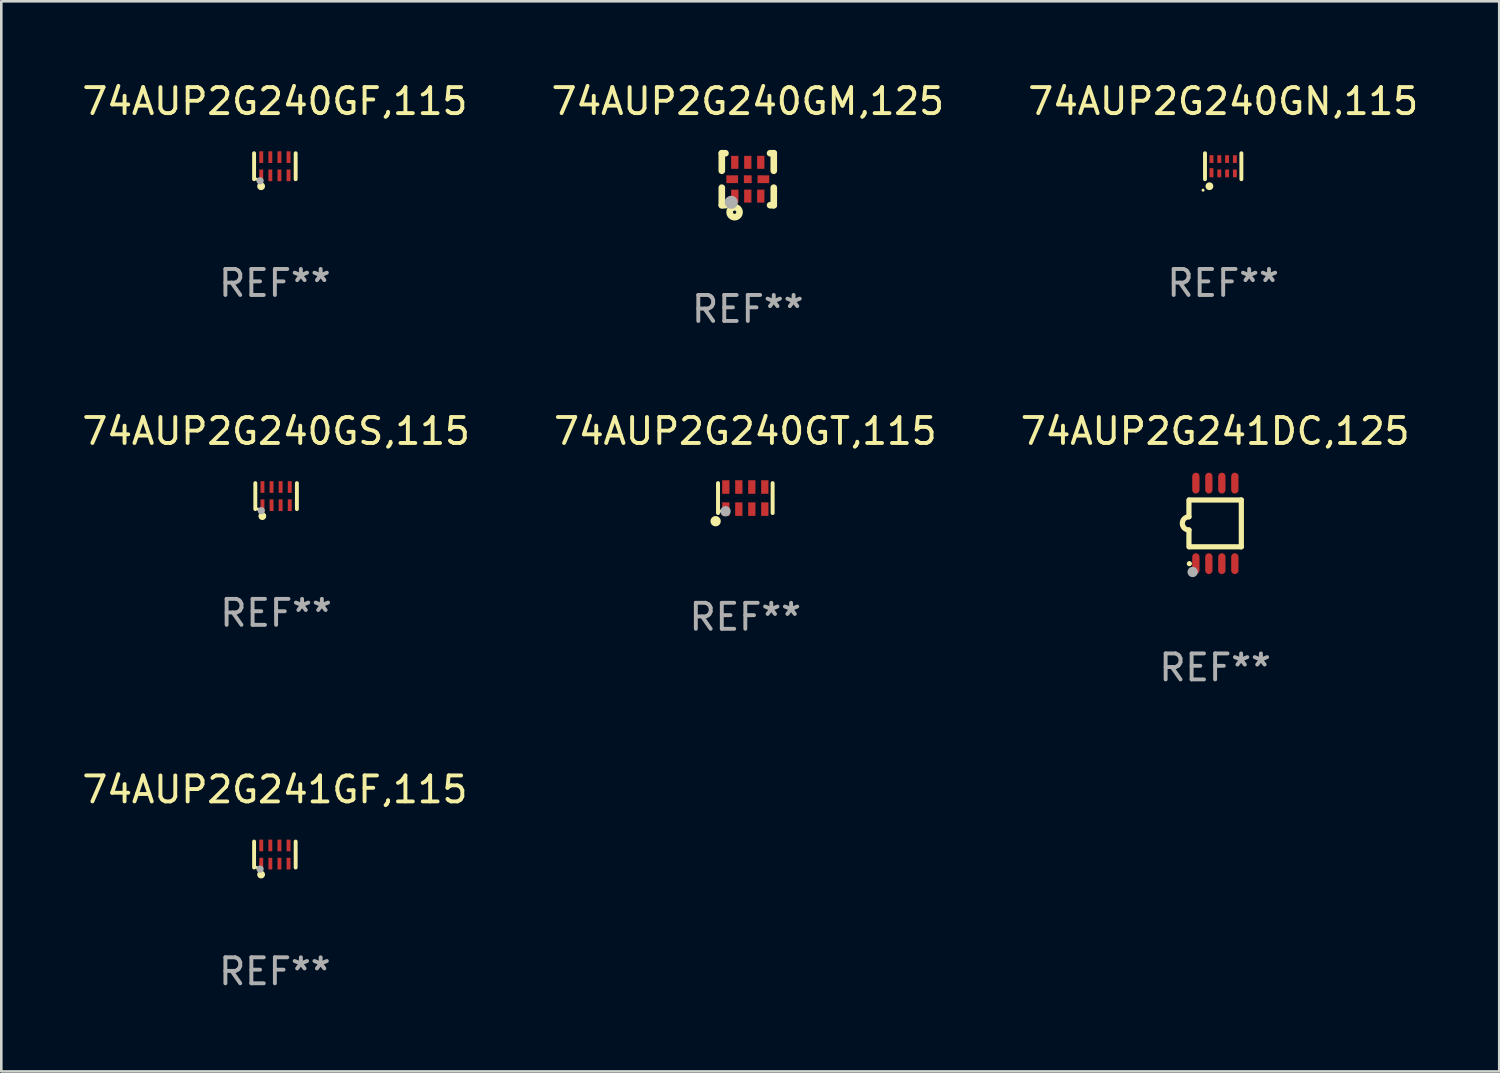
<source format=kicad_pcb>
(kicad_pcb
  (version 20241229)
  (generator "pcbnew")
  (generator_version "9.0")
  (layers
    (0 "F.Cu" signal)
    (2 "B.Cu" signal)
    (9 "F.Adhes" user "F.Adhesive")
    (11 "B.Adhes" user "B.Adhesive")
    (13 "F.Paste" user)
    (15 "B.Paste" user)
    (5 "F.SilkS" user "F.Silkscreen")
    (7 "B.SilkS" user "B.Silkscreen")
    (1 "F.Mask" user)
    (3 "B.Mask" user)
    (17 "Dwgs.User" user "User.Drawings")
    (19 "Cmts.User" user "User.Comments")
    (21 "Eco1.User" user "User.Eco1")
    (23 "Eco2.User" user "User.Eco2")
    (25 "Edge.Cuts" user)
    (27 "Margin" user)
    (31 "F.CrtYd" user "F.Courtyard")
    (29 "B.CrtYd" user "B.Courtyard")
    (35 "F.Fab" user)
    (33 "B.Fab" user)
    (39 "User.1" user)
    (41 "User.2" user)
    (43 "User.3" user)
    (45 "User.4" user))
  (footprint "74AUP2G240GS,115"
    (layer "F.Cu")
    (at 7.577 16.045)
    (property "Reference" "74AUP2G240GS,115" (at 0 -2.5 0) (layer "F.SilkS") (effects (font (size 1 1) (thickness 0.15))))
    (attr through_hole)
    (fp_line (start -0.8 -0.5) (end -0.8 0.5) (stroke (width 0.15) (type solid)) (layer "F.SilkS"))
    (fp_line (start 0.8 -0.5) (end 0.8 0.5) (stroke (width 0.15) (type solid)) (layer "F.SilkS"))
    (fp_circle (center -0.7 0.5) (end -0.67 0.5) (stroke (width 0.06) (type solid)) (fill no) (layer "F.SilkS"))
    (fp_circle (center -0.53 0.77) (end -0.454 0.77) (stroke (width 0.15) (type solid)) (fill no) (layer "F.SilkS"))
    (fp_circle (center -0.57 0.56) (end -0.5 0.56) (stroke (width 0.14) (type solid)) (fill no) (layer "F.Fab"))
    (fp_text user "REF**" (at 0 4.5 0) (layer "F.Fab") (effects (font (size 1 1) (thickness 0.15))))
    (pad "1" smd rect (at -0.525 0.35) (size 0.15 0.45) (layers "F.Cu" "F.Mask" "F.Paste"))
    (pad "2" smd rect (at -0.175 0.35) (size 0.15 0.45) (layers "F.Cu" "F.Mask" "F.Paste"))
    (pad "3" smd rect (at 0.175 0.35) (size 0.15 0.45) (layers "F.Cu" "F.Mask" "F.Paste"))
    (pad "4" smd rect (at 0.525 0.35) (size 0.15 0.45) (layers "F.Cu" "F.Mask" "F.Paste"))
    (pad "5" smd rect (at 0.525 -0.35) (size 0.15 0.45) (layers "F.Cu" "F.Mask" "F.Paste"))
    (pad "6" smd rect (at 0.175 -0.35) (size 0.15 0.45) (layers "F.Cu" "F.Mask" "F.Paste"))
    (pad "7" smd rect (at -0.175 -0.35) (size 0.15 0.45) (layers "F.Cu" "F.Mask" "F.Paste"))
    (pad "8" smd rect (at -0.525 -0.35) (size 0.15 0.45) (layers "F.Cu" "F.Mask" "F.Paste")))
  (footprint "74AUP2G241GF,115"
    (layer "F.Cu")
    (at 7.53 29.841)
    (property "Reference" "74AUP2G241GF,115" (at 0 -2.5 0) (layer "F.SilkS") (effects (font (size 1 1) (thickness 0.15))))
    (attr through_hole)
    (fp_line (start -0.8 -0.5) (end -0.8 0.5) (stroke (width 0.15) (type solid)) (layer "F.SilkS"))
    (fp_line (start 0.8 -0.5) (end 0.8 0.5) (stroke (width 0.15) (type solid)) (layer "F.SilkS"))
    (fp_circle (center -0.7 0.5) (end -0.67 0.5) (stroke (width 0.06) (type solid)) (fill no) (layer "F.SilkS"))
    (fp_circle (center -0.53 0.77) (end -0.454 0.77) (stroke (width 0.15) (type solid)) (fill no) (layer "F.SilkS"))
    (fp_circle (center -0.57 0.56) (end -0.5 0.56) (stroke (width 0.14) (type solid)) (fill no) (layer "F.Fab"))
    (fp_text user "REF**" (at 0 4.5 0) (layer "F.Fab") (effects (font (size 1 1) (thickness 0.15))))
    (pad "1" smd rect (at -0.525 0.35) (size 0.15 0.45) (layers "F.Cu" "F.Mask" "F.Paste"))
    (pad "2" smd rect (at -0.175 0.35) (size 0.15 0.45) (layers "F.Cu" "F.Mask" "F.Paste"))
    (pad "3" smd rect (at 0.175 0.35) (size 0.15 0.45) (layers "F.Cu" "F.Mask" "F.Paste"))
    (pad "4" smd rect (at 0.525 0.35) (size 0.15 0.45) (layers "F.Cu" "F.Mask" "F.Paste"))
    (pad "5" smd rect (at 0.525 -0.35) (size 0.15 0.45) (layers "F.Cu" "F.Mask" "F.Paste"))
    (pad "6" smd rect (at 0.175 -0.35) (size 0.15 0.45) (layers "F.Cu" "F.Mask" "F.Paste"))
    (pad "7" smd rect (at -0.175 -0.35) (size 0.15 0.45) (layers "F.Cu" "F.Mask" "F.Paste"))
    (pad "8" smd rect (at -0.525 -0.35) (size 0.15 0.45) (layers "F.Cu" "F.Mask" "F.Paste")))
  (footprint "74AUP2G240GN,115"
    (layer "F.Cu")
    (at 44.03 3.348)
    (property "Reference" "74AUP2G240GN,115" (at 0 -2.5 0) (layer "F.SilkS") (effects (font (size 1 1) (thickness 0.15))))
    (attr through_hole)
    (fp_line (start -0.7 -0.5) (end -0.7 0.5) (stroke (width 0.15) (type solid)) (layer "F.SilkS"))
    (fp_line (start 0.7 -0.5) (end 0.7 0.5) (stroke (width 0.15) (type solid)) (layer "F.SilkS"))
    (fp_circle (center -0.775 0.922) (end -0.745 0.922) (stroke (width 0.06) (type solid)) (fill no) (layer "F.SilkS"))
    (fp_circle (center -0.53 0.77) (end -0.454 0.77) (stroke (width 0.15) (type solid)) (fill no) (layer "F.SilkS"))
    (fp_text user "REF**" (at 0 4.5 0) (layer "F.Fab") (effects (font (size 1 1) (thickness 0.15))))
    (pad "1" smd rect (at -0.45 0.25) (size 0.15 0.35) (layers "F.Cu" "F.Mask" "F.Paste"))
    (pad "2" smd rect (at -0.15 0.275) (size 0.15 0.3) (layers "F.Cu" "F.Mask" "F.Paste"))
    (pad "3" smd rect (at 0.15 0.275) (size 0.15 0.3) (layers "F.Cu" "F.Mask" "F.Paste"))
    (pad "4" smd rect (at 0.45 0.275) (size 0.15 0.3) (layers "F.Cu" "F.Mask" "F.Paste"))
    (pad "5" smd rect (at 0.45 -0.275) (size 0.15 0.3) (layers "F.Cu" "F.Mask" "F.Paste"))
    (pad "6" smd rect (at 0.15 -0.275) (size 0.15 0.3) (layers "F.Cu" "F.Mask" "F.Paste"))
    (pad "7" smd rect (at -0.15 -0.275) (size 0.15 0.3) (layers "F.Cu" "F.Mask" "F.Paste"))
    (pad "8" smd rect (at -0.45 -0.275) (size 0.15 0.3) (layers "F.Cu" "F.Mask" "F.Paste")))
  (footprint "74AUP2G240GF,115"
    (layer "F.Cu")
    (at 7.53 3.348)
    (property "Reference" "74AUP2G240GF,115" (at 0 -2.5 0) (layer "F.SilkS") (effects (font (size 1 1) (thickness 0.15))))
    (attr through_hole)
    (fp_line (start -0.8 -0.5) (end -0.8 0.5) (stroke (width 0.15) (type solid)) (layer "F.SilkS"))
    (fp_line (start 0.8 -0.5) (end 0.8 0.5) (stroke (width 0.15) (type solid)) (layer "F.SilkS"))
    (fp_circle (center -0.7 0.5) (end -0.67 0.5) (stroke (width 0.06) (type solid)) (fill no) (layer "F.SilkS"))
    (fp_circle (center -0.53 0.77) (end -0.454 0.77) (stroke (width 0.15) (type solid)) (fill no) (layer "F.SilkS"))
    (fp_circle (center -0.57 0.56) (end -0.5 0.56) (stroke (width 0.14) (type solid)) (fill no) (layer "F.Fab"))
    (fp_text user "REF**" (at 0 4.5 0) (layer "F.Fab") (effects (font (size 1 1) (thickness 0.15))))
    (pad "1" smd rect (at -0.525 0.35) (size 0.15 0.45) (layers "F.Cu" "F.Mask" "F.Paste"))
    (pad "2" smd rect (at -0.175 0.35) (size 0.15 0.45) (layers "F.Cu" "F.Mask" "F.Paste"))
    (pad "3" smd rect (at 0.175 0.35) (size 0.15 0.45) (layers "F.Cu" "F.Mask" "F.Paste"))
    (pad "4" smd rect (at 0.525 0.35) (size 0.15 0.45) (layers "F.Cu" "F.Mask" "F.Paste"))
    (pad "5" smd rect (at 0.525 -0.35) (size 0.15 0.45) (layers "F.Cu" "F.Mask" "F.Paste"))
    (pad "6" smd rect (at 0.175 -0.35) (size 0.15 0.45) (layers "F.Cu" "F.Mask" "F.Paste"))
    (pad "7" smd rect (at -0.175 -0.35) (size 0.15 0.45) (layers "F.Cu" "F.Mask" "F.Paste"))
    (pad "8" smd rect (at -0.525 -0.35) (size 0.15 0.45) (layers "F.Cu" "F.Mask" "F.Paste")))
  (footprint "74AUP2G240GM,125"
    (layer "F.Cu")
    (at 25.732 3.848)
    (property "Reference" "74AUP2G240GM,125" (at 0 -3 0) (layer "F.SilkS") (effects (font (size 1 1) (thickness 0.15))))
    (attr through_hole)
    (fp_line (start -1 -1) (end -0.858 -1) (stroke (width 0.254) (type solid)) (layer "F.SilkS"))
    (fp_line (start -1 -0.325) (end -1 -1) (stroke (width 0.254) (type solid)) (layer "F.SilkS"))
    (fp_line (start -1 1) (end -1 0.325) (stroke (width 0.254) (type solid)) (layer "F.SilkS"))
    (fp_line (start -0.858 1) (end -1 1) (stroke (width 0.254) (type solid)) (layer "F.SilkS"))
    (fp_line (start 0.858 -1) (end 1 -1) (stroke (width 0.254) (type solid)) (layer "F.SilkS"))
    (fp_line (start 1 -1) (end 1 -0.325) (stroke (width 0.254) (type solid)) (layer "F.SilkS"))
    (fp_line (start 1 0.325) (end 1 1) (stroke (width 0.254) (type solid)) (layer "F.SilkS"))
    (fp_line (start 1 1) (end 0.858 1) (stroke (width 0.254) (type solid)) (layer "F.SilkS"))
    (fp_circle (center -0.8 0.8) (end -0.77 0.8) (stroke (width 0.06) (type solid)) (fill no) (layer "F.SilkS"))
    (fp_circle (center -0.508 1.27) (end -0.444 1.27) (stroke (width 0.254) (type solid)) (fill no) (layer "F.SilkS"))
    (fp_circle (center -0.635 0.889) (end -0.508 0.889) (stroke (width 0.254) (type solid)) (fill no) (layer "F.Fab"))
    (fp_text user "REF**" (at 0 5 0) (layer "F.Fab") (effects (font (size 1 1) (thickness 0.15))))
    (pad "1" smd rect (at -0.5 0.65 90) (size 0.5 0.28) (layers "F.Cu" "F.Mask" "F.Paste"))
    (pad "2" smd rect (at 0.000013 0.65 90) (size 0.5 0.28) (layers "F.Cu" "F.Mask" "F.Paste"))
    (pad "3" smd rect (at 0.5 0.65 90) (size 0.5 0.28) (layers "F.Cu" "F.Mask" "F.Paste"))
    (pad "4" smd rect (at 0.6 0.000076 180) (size 0.45 0.3) (layers "F.Cu" "F.Mask" "F.Paste"))
    (pad "5" smd rect (at 0.5 -0.65 90) (size 0.5 0.28) (layers "F.Cu" "F.Mask" "F.Paste"))
    (pad "6" smd rect (at 0.000013 -0.65 90) (size 0.5 0.28) (layers "F.Cu" "F.Mask" "F.Paste"))
    (pad "7" smd rect (at -0.5 -0.65 90) (size 0.5 0.28) (layers "F.Cu" "F.Mask" "F.Paste"))
    (pad "8" smd rect (at -0.6 0.000076 180) (size 0.45 0.3) (layers "F.Cu" "F.Mask" "F.Paste"))
    (pad "9" smd rect (at 0.000013 0.000076 180) (size 0.3 0.3) (layers "F.Cu" "F.Mask" "F.Paste")))
  (footprint "74AUP2G240GT,115"
    (layer "F.Cu")
    (at 25.637 16.121)
    (property "Reference" "74AUP2G240GT,115" (at 0 -2.576 0) (layer "F.SilkS") (effects (font (size 1 1) (thickness 0.15))))
    (attr through_hole)
    (fp_line (start -1.051 0.576) (end -1.051 -0.576) (stroke (width 0.152) (type solid)) (layer "F.SilkS"))
    (fp_line (start 1.051 -0.576) (end 1.051 0.576) (stroke (width 0.152) (type solid)) (layer "F.SilkS"))
    (fp_circle (center -1.143 0.889) (end -1.043 0.889) (stroke (width 0.2) (type solid)) (fill no) (layer "F.SilkS"))
    (fp_circle (center -0.975 0.5) (end -0.945 0.5) (stroke (width 0.06) (type solid)) (fill no) (layer "F.SilkS"))
    (fp_circle (center -0.762 0.508) (end -0.662 0.508) (stroke (width 0.2) (type solid)) (fill no) (layer "F.Fab"))
    (fp_text user "REF**" (at 0 4.576 0) (layer "F.Fab") (effects (font (size 1 1) (thickness 0.15))))
    (pad "1" smd rect (at -0.75 0.425) (size 0.28 0.521) (layers "F.Cu" "F.Mask" "F.Paste"))
    (pad "2" smd rect (at -0.25 0.425) (size 0.28 0.521) (layers "F.Cu" "F.Mask" "F.Paste"))
    (pad "3" smd rect (at 0.25 0.425) (size 0.28 0.521) (layers "F.Cu" "F.Mask" "F.Paste"))
    (pad "4" smd rect (at 0.75 0.425) (size 0.28 0.521) (layers "F.Cu" "F.Mask" "F.Paste"))
    (pad "5" smd rect (at 0.75 -0.425) (size 0.28 0.521) (layers "F.Cu" "F.Mask" "F.Paste"))
    (pad "6" smd rect (at 0.25 -0.425) (size 0.28 0.521) (layers "F.Cu" "F.Mask" "F.Paste"))
    (pad "7" smd rect (at -0.25 -0.425) (size 0.28 0.521) (layers "F.Cu" "F.Mask" "F.Paste"))
    (pad "8" smd rect (at -0.75 -0.425) (size 0.28 0.521) (layers "F.Cu" "F.Mask" "F.Paste")))
  (footprint "74AUP2G241DC,125"
    (layer "F.Cu")
    (at 43.72 17.095)
    (property "Reference" "74AUP2G241DC,125" (at 0 -3.55 0) (layer "F.SilkS") (effects (font (size 1 1) (thickness 0.15))))
    (attr through_hole)
    (fp_line (start -1.008 -0.254) (end -1.008 -0.9) (stroke (width 0.2) (type solid)) (layer "F.SilkS"))
    (fp_line (start -1.008 0.254) (end -1.008 0.9) (stroke (width 0.2) (type solid)) (layer "F.SilkS"))
    (fp_line (start -0.992 0.9) (end 1.008 0.9) (stroke (width 0.2) (type solid)) (layer "F.SilkS"))
    (fp_line (start 1.008 -0.9) (end -0.992 -0.9) (stroke (width 0.2) (type solid)) (layer "F.SilkS"))
    (fp_line (start 1.008 0.9) (end 1.008 -0.9) (stroke (width 0.2) (type solid)) (layer "F.SilkS"))
    (fp_arc (start -1.008001 0.254001) (mid -1.262002 0) (end -1.008001 -0.254001) (stroke (width 0.2) (type solid)) (layer "F.SilkS"))
    (fp_circle (center -0.992 1.55) (end -0.942 1.55) (stroke (width 0.1) (type solid)) (fill no) (layer "F.SilkS"))
    (fp_circle (center -0.866 1.87) (end -0.766 1.87) (stroke (width 0.2) (type solid)) (fill no) (layer "F.Fab"))
    (fp_text user "REF**" (at 0 5.55 0) (layer "F.Fab") (effects (font (size 1 1) (thickness 0.15))))
    (pad "1" smd oval (at -0.742 1.55 270) (size 0.8 0.28) (layers "F.Cu" "F.Mask" "F.Paste"))
    (pad "2" smd oval (at -0.242 1.55 270) (size 0.8 0.28) (layers "F.Cu" "F.Mask" "F.Paste"))
    (pad "3" smd oval (at 0.258 1.55 270) (size 0.8 0.28) (layers "F.Cu" "F.Mask" "F.Paste"))
    (pad "4" smd oval (at 0.758 1.55 270) (size 0.8 0.28) (layers "F.Cu" "F.Mask" "F.Paste"))
    (pad "5" smd oval (at 0.758 -1.55 270) (size 0.8 0.28) (layers "F.Cu" "F.Mask" "F.Paste"))
    (pad "6" smd oval (at 0.258 -1.55 270) (size 0.8 0.28) (layers "F.Cu" "F.Mask" "F.Paste"))
    (pad "7" smd oval (at -0.242 -1.55 270) (size 0.8 0.28) (layers "F.Cu" "F.Mask" "F.Paste"))
    (pad "8" smd oval (at -0.742 -1.55 270) (size 0.8 0.28) (layers "F.Cu" "F.Mask" "F.Paste")))
  (gr_rect
    (start -3 -3)
    (end 54.655 38.189)
    (stroke (width 0.1) (type default))
    (fill no)
    (layer "Edge.Cuts")))
</source>
